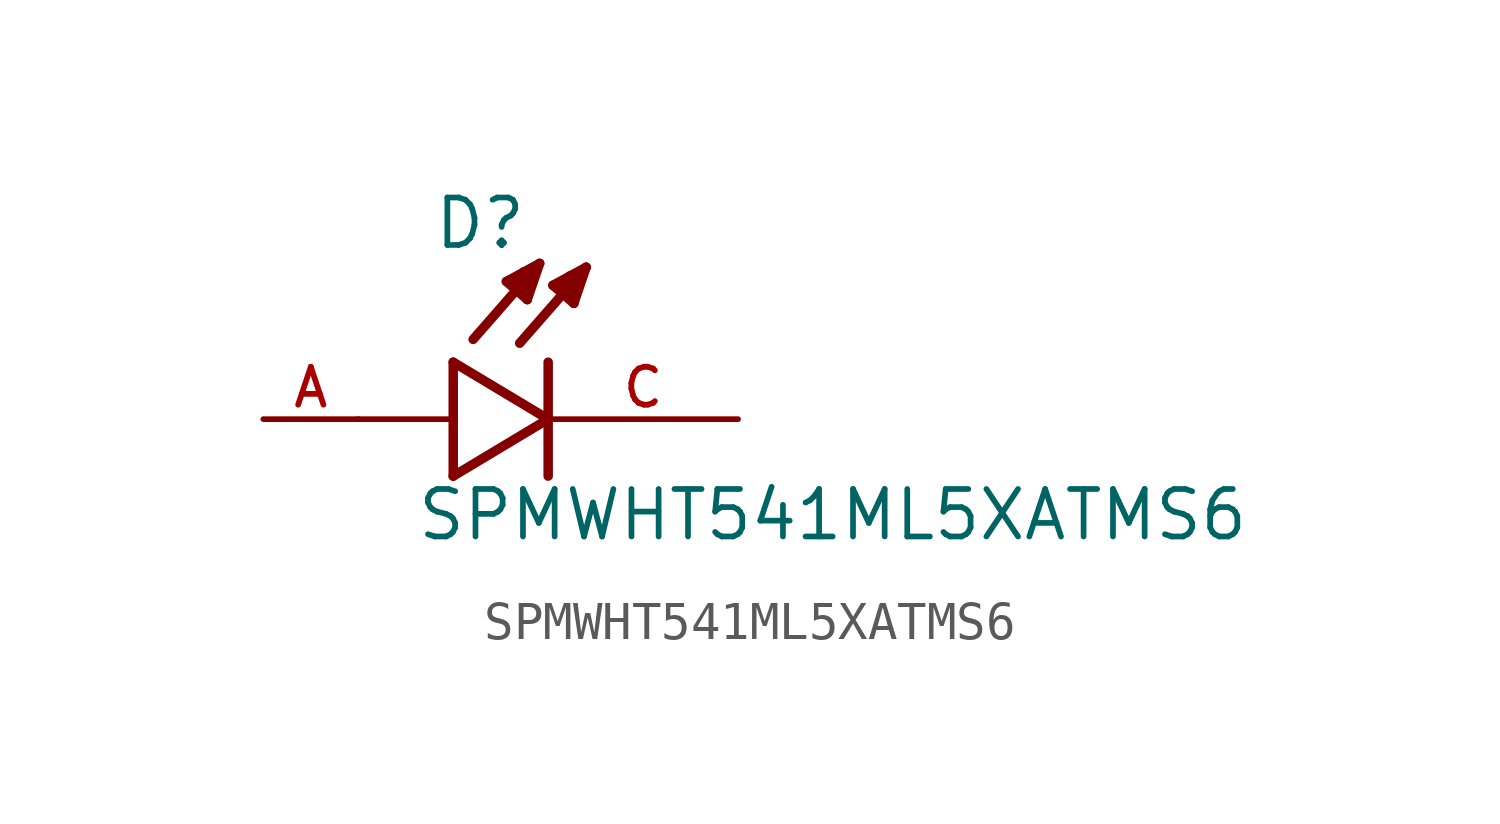
<source format=kicad_sym>
(kicad_symbol_lib
  (version 20211014)
  (generator kicad_symbol_editor)
  (symbol "SPMWHT541ML5XATMS6"
    (pin_names
      (offset 1.016))
    (property "Reference" "D"
      (at -3.099 4.496 0)
      (effects (font (size 1.27 1.27)) (justify bottom left)))
    (property "Value" "SPMWHT541ML5XATMS6"
      (at -3.556 -3.302 0)
      (effects (font (size 1.27 1.27)) (justify bottom left)))
    (symbol "SPMWHT541ML5XATMS6_0_0"
      (polyline (pts (xy -2.54 1.524) (xy -2.54 0.0)) (stroke (width 0.254)))
      (polyline (pts (xy -2.54 0.0) (xy -2.54 -1.524)) (stroke (width 0.254)))
      (polyline (pts (xy -2.54 -1.524) (xy 0.0 0.0)) (stroke (width 0.254)))
      (polyline (pts (xy 0.0 0.0) (xy -2.54 1.524)) (stroke (width 0.254)))
      (polyline (pts (xy 0.0 1.524) (xy 0.0 -1.524)) (stroke (width 0.254)))
      (polyline (pts (xy -2.54 0.0) (xy -5.08 0.0)) (stroke (width 0.152)))
      (polyline (pts (xy 1.016 4.064) (xy -0.762 2.032)) (stroke (width 0.254)))
      (polyline (pts (xy 0.686 3.099) (xy 0.127 3.581)) (stroke (width 0.254)))
      (polyline (pts (xy 0.127 3.581) (xy 1.016 4.064)) (stroke (width 0.254)))
      (polyline (pts (xy 1.016 4.064) (xy 0.686 3.099)) (stroke (width 0.254)))
      (polyline (pts (xy 0.686 3.099) (xy 0.711 3.835)) (stroke (width 0.254)))
      (polyline (pts (xy 0.711 3.835) (xy 0.584 3.835)) (stroke (width 0.254)))
      (polyline (pts (xy 0.305 3.505) (xy 0.533 3.658)) (stroke (width 0.254)))
      (polyline (pts (xy -0.229 4.166) (xy -2.007 2.134)) (stroke (width 0.254)))
      (polyline (pts (xy -0.559 3.2) (xy -1.118 3.683)) (stroke (width 0.254)))
      (polyline (pts (xy -1.118 3.683) (xy -0.229 4.166)) (stroke (width 0.254)))
      (polyline (pts (xy -0.229 4.166) (xy -0.559 3.2)) (stroke (width 0.254)))
      (polyline (pts (xy -0.559 3.2) (xy -0.533 3.937)) (stroke (width 0.254)))
      (polyline (pts (xy -0.533 3.937) (xy -0.66 3.937)) (stroke (width 0.254)))
      (polyline (pts (xy -0.94 3.607) (xy -0.711 3.759)) (stroke (width 0.254)))
      (pin passive line (at 5.08 0.0 180.0) (length 5.08) (name "~" (effects (font (size 1.016 1.016)))) (number "C" (effects (font (size 1.016 1.016)))))
      (pin passive line (at -7.62 0.0 0) (length 2.54) (name "~" (effects (font (size 1.016 1.016)))) (number "A" (effects (font (size 1.016 1.016))))))))
</source>
